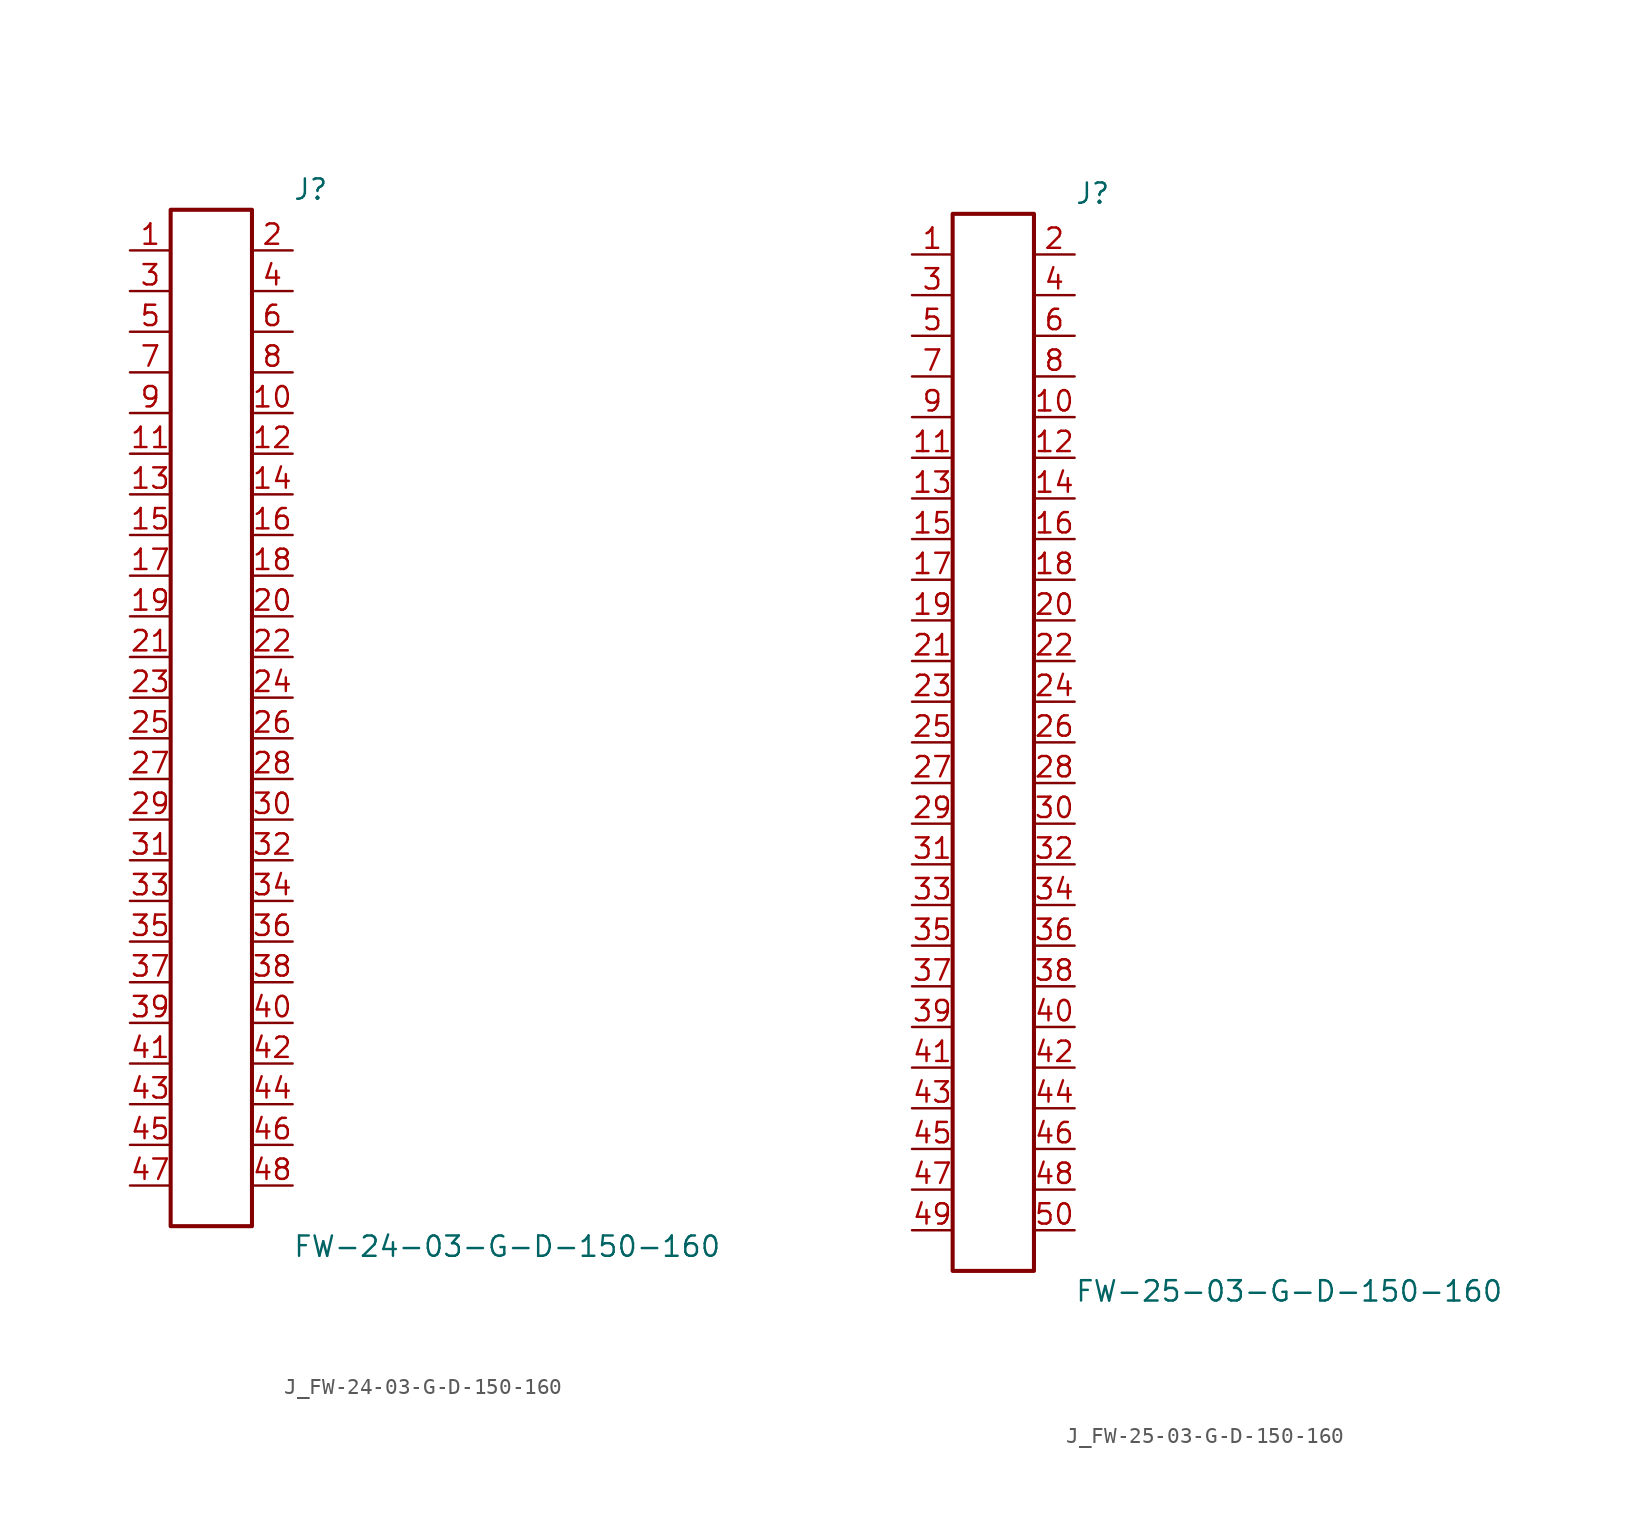
<source format=kicad_sym>
(kicad_symbol_lib
  (version 20231120)
  (generator kicad_symbol_editor)
  (generator_version 8.0)
  (symbol "J_FW-24-03-G-D-150-160"
    (pin_names
      (offset 0.254))
    (property "Reference" "J"
      (at 5.08 33.02 0)
      (effects (font (size 1.27 1.27)) (justify left)))
    (property "Value" "FW-24-03-G-D-150-160"
      (at 5.08 -33.02 0)
      (effects (font (size 1.27 1.27)) (justify left)))
    (symbol "J_FW-24-03-G-D-150-160_0_0"
      (pin passive line (at -5.08 29.21 0) (length 2.54) (name "" (effects (font (size 1.27 1.27)))) (number "1" (effects (font (size 1.27 1.27)))))
      (pin passive line (at 5.08 29.21 180) (length 2.54) (name "" (effects (font (size 1.27 1.27)))) (number "2" (effects (font (size 1.27 1.27)))))
      (pin passive line (at -5.08 26.67 0) (length 2.54) (name "" (effects (font (size 1.27 1.27)))) (number "3" (effects (font (size 1.27 1.27)))))
      (pin passive line (at 5.08 26.67 180) (length 2.54) (name "" (effects (font (size 1.27 1.27)))) (number "4" (effects (font (size 1.27 1.27)))))
      (pin passive line (at -5.08 24.13 0) (length 2.54) (name "" (effects (font (size 1.27 1.27)))) (number "5" (effects (font (size 1.27 1.27)))))
      (pin passive line (at 5.08 24.13 180) (length 2.54) (name "" (effects (font (size 1.27 1.27)))) (number "6" (effects (font (size 1.27 1.27)))))
      (pin passive line (at -5.08 21.59 0) (length 2.54) (name "" (effects (font (size 1.27 1.27)))) (number "7" (effects (font (size 1.27 1.27)))))
      (pin passive line (at 5.08 21.59 180) (length 2.54) (name "" (effects (font (size 1.27 1.27)))) (number "8" (effects (font (size 1.27 1.27)))))
      (pin passive line (at -5.08 19.05 0) (length 2.54) (name "" (effects (font (size 1.27 1.27)))) (number "9" (effects (font (size 1.27 1.27)))))
      (pin passive line (at 5.08 19.05 180) (length 2.54) (name "" (effects (font (size 1.27 1.27)))) (number "10" (effects (font (size 1.27 1.27)))))
      (pin passive line (at -5.08 16.51 0) (length 2.54) (name "" (effects (font (size 1.27 1.27)))) (number "11" (effects (font (size 1.27 1.27)))))
      (pin passive line (at 5.08 16.51 180) (length 2.54) (name "" (effects (font (size 1.27 1.27)))) (number "12" (effects (font (size 1.27 1.27)))))
      (pin passive line (at -5.08 13.97 0) (length 2.54) (name "" (effects (font (size 1.27 1.27)))) (number "13" (effects (font (size 1.27 1.27)))))
      (pin passive line (at 5.08 13.97 180) (length 2.54) (name "" (effects (font (size 1.27 1.27)))) (number "14" (effects (font (size 1.27 1.27)))))
      (pin passive line (at -5.08 11.43 0) (length 2.54) (name "" (effects (font (size 1.27 1.27)))) (number "15" (effects (font (size 1.27 1.27)))))
      (pin passive line (at 5.08 11.43 180) (length 2.54) (name "" (effects (font (size 1.27 1.27)))) (number "16" (effects (font (size 1.27 1.27)))))
      (pin passive line (at -5.08 8.89 0) (length 2.54) (name "" (effects (font (size 1.27 1.27)))) (number "17" (effects (font (size 1.27 1.27)))))
      (pin passive line (at 5.08 8.89 180) (length 2.54) (name "" (effects (font (size 1.27 1.27)))) (number "18" (effects (font (size 1.27 1.27)))))
      (pin passive line (at -5.08 6.35 0) (length 2.54) (name "" (effects (font (size 1.27 1.27)))) (number "19" (effects (font (size 1.27 1.27)))))
      (pin passive line (at 5.08 6.35 180) (length 2.54) (name "" (effects (font (size 1.27 1.27)))) (number "20" (effects (font (size 1.27 1.27)))))
      (pin passive line (at -5.08 3.81 0) (length 2.54) (name "" (effects (font (size 1.27 1.27)))) (number "21" (effects (font (size 1.27 1.27)))))
      (pin passive line (at 5.08 3.81 180) (length 2.54) (name "" (effects (font (size 1.27 1.27)))) (number "22" (effects (font (size 1.27 1.27)))))
      (pin passive line (at -5.08 1.27 0) (length 2.54) (name "" (effects (font (size 1.27 1.27)))) (number "23" (effects (font (size 1.27 1.27)))))
      (pin passive line (at 5.08 1.27 180) (length 2.54) (name "" (effects (font (size 1.27 1.27)))) (number "24" (effects (font (size 1.27 1.27)))))
      (pin passive line (at -5.08 -1.27 0) (length 2.54) (name "" (effects (font (size 1.27 1.27)))) (number "25" (effects (font (size 1.27 1.27)))))
      (pin passive line (at 5.08 -1.27 180) (length 2.54) (name "" (effects (font (size 1.27 1.27)))) (number "26" (effects (font (size 1.27 1.27)))))
      (pin passive line (at -5.08 -3.81 0) (length 2.54) (name "" (effects (font (size 1.27 1.27)))) (number "27" (effects (font (size 1.27 1.27)))))
      (pin passive line (at 5.08 -3.81 180) (length 2.54) (name "" (effects (font (size 1.27 1.27)))) (number "28" (effects (font (size 1.27 1.27)))))
      (pin passive line (at -5.08 -6.35 0) (length 2.54) (name "" (effects (font (size 1.27 1.27)))) (number "29" (effects (font (size 1.27 1.27)))))
      (pin passive line (at 5.08 -6.35 180) (length 2.54) (name "" (effects (font (size 1.27 1.27)))) (number "30" (effects (font (size 1.27 1.27)))))
      (pin passive line (at -5.08 -8.89 0) (length 2.54) (name "" (effects (font (size 1.27 1.27)))) (number "31" (effects (font (size 1.27 1.27)))))
      (pin passive line (at 5.08 -8.89 180) (length 2.54) (name "" (effects (font (size 1.27 1.27)))) (number "32" (effects (font (size 1.27 1.27)))))
      (pin passive line (at -5.08 -11.43 0) (length 2.54) (name "" (effects (font (size 1.27 1.27)))) (number "33" (effects (font (size 1.27 1.27)))))
      (pin passive line (at 5.08 -11.43 180) (length 2.54) (name "" (effects (font (size 1.27 1.27)))) (number "34" (effects (font (size 1.27 1.27)))))
      (pin passive line (at -5.08 -13.97 0) (length 2.54) (name "" (effects (font (size 1.27 1.27)))) (number "35" (effects (font (size 1.27 1.27)))))
      (pin passive line (at 5.08 -13.97 180) (length 2.54) (name "" (effects (font (size 1.27 1.27)))) (number "36" (effects (font (size 1.27 1.27)))))
      (pin passive line (at -5.08 -16.51 0) (length 2.54) (name "" (effects (font (size 1.27 1.27)))) (number "37" (effects (font (size 1.27 1.27)))))
      (pin passive line (at 5.08 -16.51 180) (length 2.54) (name "" (effects (font (size 1.27 1.27)))) (number "38" (effects (font (size 1.27 1.27)))))
      (pin passive line (at -5.08 -19.05 0) (length 2.54) (name "" (effects (font (size 1.27 1.27)))) (number "39" (effects (font (size 1.27 1.27)))))
      (pin passive line (at 5.08 -19.05 180) (length 2.54) (name "" (effects (font (size 1.27 1.27)))) (number "40" (effects (font (size 1.27 1.27)))))
      (pin passive line (at -5.08 -21.59 0) (length 2.54) (name "" (effects (font (size 1.27 1.27)))) (number "41" (effects (font (size 1.27 1.27)))))
      (pin passive line (at 5.08 -21.59 180) (length 2.54) (name "" (effects (font (size 1.27 1.27)))) (number "42" (effects (font (size 1.27 1.27)))))
      (pin passive line (at -5.08 -24.13 0) (length 2.54) (name "" (effects (font (size 1.27 1.27)))) (number "43" (effects (font (size 1.27 1.27)))))
      (pin passive line (at 5.08 -24.13 180) (length 2.54) (name "" (effects (font (size 1.27 1.27)))) (number "44" (effects (font (size 1.27 1.27)))))
      (pin passive line (at -5.08 -26.67 0) (length 2.54) (name "" (effects (font (size 1.27 1.27)))) (number "45" (effects (font (size 1.27 1.27)))))
      (pin passive line (at 5.08 -26.67 180) (length 2.54) (name "" (effects (font (size 1.27 1.27)))) (number "46" (effects (font (size 1.27 1.27)))))
      (pin passive line (at -5.08 -29.21 0) (length 2.54) (name "" (effects (font (size 1.27 1.27)))) (number "47" (effects (font (size 1.27 1.27)))))
      (pin passive line (at 5.08 -29.21 180) (length 2.54) (name "" (effects (font (size 1.27 1.27)))) (number "48" (effects (font (size 1.27 1.27))))))
    (symbol "J_FW-24-03-G-D-150-160_1_0"
      (rectangle (start -2.54 31.75) (end 2.54 -31.75) (stroke (width 0.254) (type solid)) (fill (type none)))))
  (symbol "J_FW-25-03-G-D-150-160"
    (pin_names
      (offset 0.254))
    (property "Reference" "J"
      (at 5.08 34.29 0)
      (effects (font (size 1.27 1.27)) (justify left)))
    (property "Value" "FW-25-03-G-D-150-160"
      (at 5.08 -34.29 0)
      (effects (font (size 1.27 1.27)) (justify left)))
    (symbol "J_FW-25-03-G-D-150-160_0_0"
      (pin passive line (at -5.08 30.48 0) (length 2.54) (name "" (effects (font (size 1.27 1.27)))) (number "1" (effects (font (size 1.27 1.27)))))
      (pin passive line (at 5.08 30.48 180) (length 2.54) (name "" (effects (font (size 1.27 1.27)))) (number "2" (effects (font (size 1.27 1.27)))))
      (pin passive line (at -5.08 27.94 0) (length 2.54) (name "" (effects (font (size 1.27 1.27)))) (number "3" (effects (font (size 1.27 1.27)))))
      (pin passive line (at 5.08 27.94 180) (length 2.54) (name "" (effects (font (size 1.27 1.27)))) (number "4" (effects (font (size 1.27 1.27)))))
      (pin passive line (at -5.08 25.4 0) (length 2.54) (name "" (effects (font (size 1.27 1.27)))) (number "5" (effects (font (size 1.27 1.27)))))
      (pin passive line (at 5.08 25.4 180) (length 2.54) (name "" (effects (font (size 1.27 1.27)))) (number "6" (effects (font (size 1.27 1.27)))))
      (pin passive line (at -5.08 22.86 0) (length 2.54) (name "" (effects (font (size 1.27 1.27)))) (number "7" (effects (font (size 1.27 1.27)))))
      (pin passive line (at 5.08 22.86 180) (length 2.54) (name "" (effects (font (size 1.27 1.27)))) (number "8" (effects (font (size 1.27 1.27)))))
      (pin passive line (at -5.08 20.32 0) (length 2.54) (name "" (effects (font (size 1.27 1.27)))) (number "9" (effects (font (size 1.27 1.27)))))
      (pin passive line (at 5.08 20.32 180) (length 2.54) (name "" (effects (font (size 1.27 1.27)))) (number "10" (effects (font (size 1.27 1.27)))))
      (pin passive line (at -5.08 17.78 0) (length 2.54) (name "" (effects (font (size 1.27 1.27)))) (number "11" (effects (font (size 1.27 1.27)))))
      (pin passive line (at 5.08 17.78 180) (length 2.54) (name "" (effects (font (size 1.27 1.27)))) (number "12" (effects (font (size 1.27 1.27)))))
      (pin passive line (at -5.08 15.24 0) (length 2.54) (name "" (effects (font (size 1.27 1.27)))) (number "13" (effects (font (size 1.27 1.27)))))
      (pin passive line (at 5.08 15.24 180) (length 2.54) (name "" (effects (font (size 1.27 1.27)))) (number "14" (effects (font (size 1.27 1.27)))))
      (pin passive line (at -5.08 12.7 0) (length 2.54) (name "" (effects (font (size 1.27 1.27)))) (number "15" (effects (font (size 1.27 1.27)))))
      (pin passive line (at 5.08 12.7 180) (length 2.54) (name "" (effects (font (size 1.27 1.27)))) (number "16" (effects (font (size 1.27 1.27)))))
      (pin passive line (at -5.08 10.16 0) (length 2.54) (name "" (effects (font (size 1.27 1.27)))) (number "17" (effects (font (size 1.27 1.27)))))
      (pin passive line (at 5.08 10.16 180) (length 2.54) (name "" (effects (font (size 1.27 1.27)))) (number "18" (effects (font (size 1.27 1.27)))))
      (pin passive line (at -5.08 7.62 0) (length 2.54) (name "" (effects (font (size 1.27 1.27)))) (number "19" (effects (font (size 1.27 1.27)))))
      (pin passive line (at 5.08 7.62 180) (length 2.54) (name "" (effects (font (size 1.27 1.27)))) (number "20" (effects (font (size 1.27 1.27)))))
      (pin passive line (at -5.08 5.08 0) (length 2.54) (name "" (effects (font (size 1.27 1.27)))) (number "21" (effects (font (size 1.27 1.27)))))
      (pin passive line (at 5.08 5.08 180) (length 2.54) (name "" (effects (font (size 1.27 1.27)))) (number "22" (effects (font (size 1.27 1.27)))))
      (pin passive line (at -5.08 2.54 0) (length 2.54) (name "" (effects (font (size 1.27 1.27)))) (number "23" (effects (font (size 1.27 1.27)))))
      (pin passive line (at 5.08 2.54 180) (length 2.54) (name "" (effects (font (size 1.27 1.27)))) (number "24" (effects (font (size 1.27 1.27)))))
      (pin passive line (at -5.08 0.0 0) (length 2.54) (name "" (effects (font (size 1.27 1.27)))) (number "25" (effects (font (size 1.27 1.27)))))
      (pin passive line (at 5.08 0.0 180) (length 2.54) (name "" (effects (font (size 1.27 1.27)))) (number "26" (effects (font (size 1.27 1.27)))))
      (pin passive line (at -5.08 -2.54 0) (length 2.54) (name "" (effects (font (size 1.27 1.27)))) (number "27" (effects (font (size 1.27 1.27)))))
      (pin passive line (at 5.08 -2.54 180) (length 2.54) (name "" (effects (font (size 1.27 1.27)))) (number "28" (effects (font (size 1.27 1.27)))))
      (pin passive line (at -5.08 -5.08 0) (length 2.54) (name "" (effects (font (size 1.27 1.27)))) (number "29" (effects (font (size 1.27 1.27)))))
      (pin passive line (at 5.08 -5.08 180) (length 2.54) (name "" (effects (font (size 1.27 1.27)))) (number "30" (effects (font (size 1.27 1.27)))))
      (pin passive line (at -5.08 -7.62 0) (length 2.54) (name "" (effects (font (size 1.27 1.27)))) (number "31" (effects (font (size 1.27 1.27)))))
      (pin passive line (at 5.08 -7.62 180) (length 2.54) (name "" (effects (font (size 1.27 1.27)))) (number "32" (effects (font (size 1.27 1.27)))))
      (pin passive line (at -5.08 -10.16 0) (length 2.54) (name "" (effects (font (size 1.27 1.27)))) (number "33" (effects (font (size 1.27 1.27)))))
      (pin passive line (at 5.08 -10.16 180) (length 2.54) (name "" (effects (font (size 1.27 1.27)))) (number "34" (effects (font (size 1.27 1.27)))))
      (pin passive line (at -5.08 -12.7 0) (length 2.54) (name "" (effects (font (size 1.27 1.27)))) (number "35" (effects (font (size 1.27 1.27)))))
      (pin passive line (at 5.08 -12.7 180) (length 2.54) (name "" (effects (font (size 1.27 1.27)))) (number "36" (effects (font (size 1.27 1.27)))))
      (pin passive line (at -5.08 -15.24 0) (length 2.54) (name "" (effects (font (size 1.27 1.27)))) (number "37" (effects (font (size 1.27 1.27)))))
      (pin passive line (at 5.08 -15.24 180) (length 2.54) (name "" (effects (font (size 1.27 1.27)))) (number "38" (effects (font (size 1.27 1.27)))))
      (pin passive line (at -5.08 -17.78 0) (length 2.54) (name "" (effects (font (size 1.27 1.27)))) (number "39" (effects (font (size 1.27 1.27)))))
      (pin passive line (at 5.08 -17.78 180) (length 2.54) (name "" (effects (font (size 1.27 1.27)))) (number "40" (effects (font (size 1.27 1.27)))))
      (pin passive line (at -5.08 -20.32 0) (length 2.54) (name "" (effects (font (size 1.27 1.27)))) (number "41" (effects (font (size 1.27 1.27)))))
      (pin passive line (at 5.08 -20.32 180) (length 2.54) (name "" (effects (font (size 1.27 1.27)))) (number "42" (effects (font (size 1.27 1.27)))))
      (pin passive line (at -5.08 -22.86 0) (length 2.54) (name "" (effects (font (size 1.27 1.27)))) (number "43" (effects (font (size 1.27 1.27)))))
      (pin passive line (at 5.08 -22.86 180) (length 2.54) (name "" (effects (font (size 1.27 1.27)))) (number "44" (effects (font (size 1.27 1.27)))))
      (pin passive line (at -5.08 -25.4 0) (length 2.54) (name "" (effects (font (size 1.27 1.27)))) (number "45" (effects (font (size 1.27 1.27)))))
      (pin passive line (at 5.08 -25.4 180) (length 2.54) (name "" (effects (font (size 1.27 1.27)))) (number "46" (effects (font (size 1.27 1.27)))))
      (pin passive line (at -5.08 -27.94 0) (length 2.54) (name "" (effects (font (size 1.27 1.27)))) (number "47" (effects (font (size 1.27 1.27)))))
      (pin passive line (at 5.08 -27.94 180) (length 2.54) (name "" (effects (font (size 1.27 1.27)))) (number "48" (effects (font (size 1.27 1.27)))))
      (pin passive line (at -5.08 -30.48 0) (length 2.54) (name "" (effects (font (size 1.27 1.27)))) (number "49" (effects (font (size 1.27 1.27)))))
      (pin passive line (at 5.08 -30.48 180) (length 2.54) (name "" (effects (font (size 1.27 1.27)))) (number "50" (effects (font (size 1.27 1.27))))))
    (symbol "J_FW-25-03-G-D-150-160_1_0"
      (rectangle (start -2.54 33.02) (end 2.54 -33.02) (stroke (width 0.254) (type solid)) (fill (type none))))))
</source>
